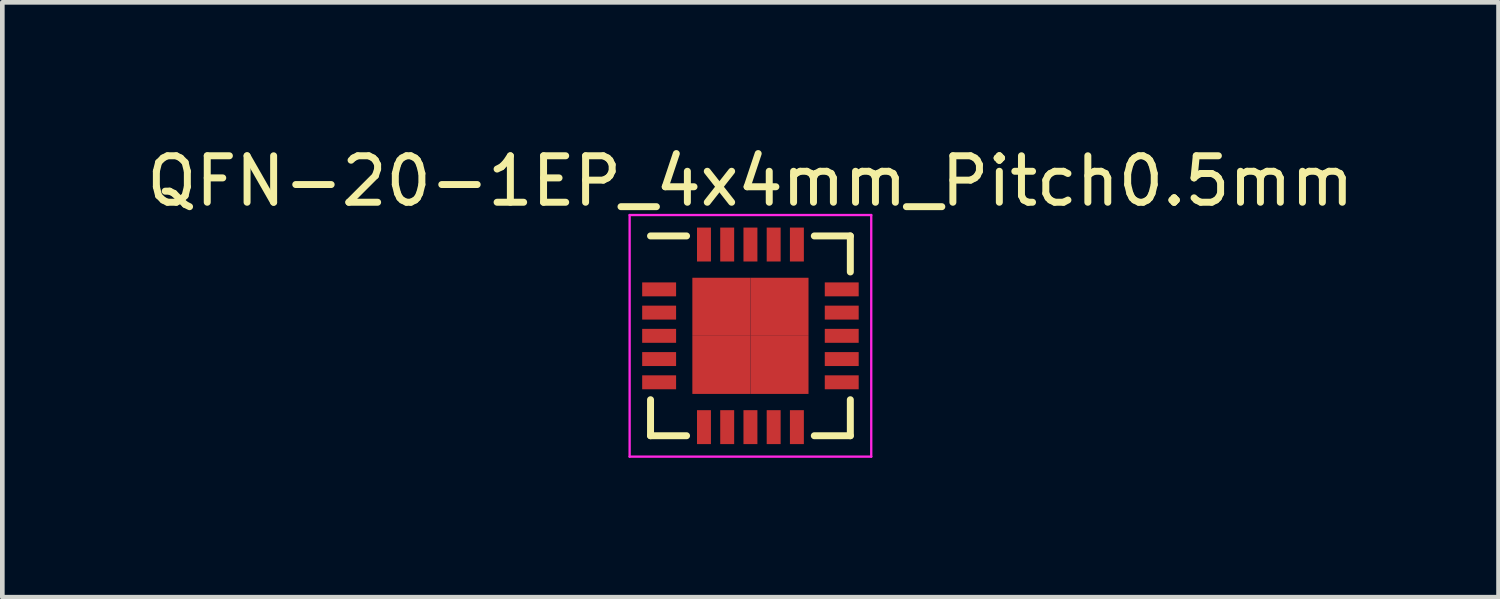
<source format=kicad_pcb>
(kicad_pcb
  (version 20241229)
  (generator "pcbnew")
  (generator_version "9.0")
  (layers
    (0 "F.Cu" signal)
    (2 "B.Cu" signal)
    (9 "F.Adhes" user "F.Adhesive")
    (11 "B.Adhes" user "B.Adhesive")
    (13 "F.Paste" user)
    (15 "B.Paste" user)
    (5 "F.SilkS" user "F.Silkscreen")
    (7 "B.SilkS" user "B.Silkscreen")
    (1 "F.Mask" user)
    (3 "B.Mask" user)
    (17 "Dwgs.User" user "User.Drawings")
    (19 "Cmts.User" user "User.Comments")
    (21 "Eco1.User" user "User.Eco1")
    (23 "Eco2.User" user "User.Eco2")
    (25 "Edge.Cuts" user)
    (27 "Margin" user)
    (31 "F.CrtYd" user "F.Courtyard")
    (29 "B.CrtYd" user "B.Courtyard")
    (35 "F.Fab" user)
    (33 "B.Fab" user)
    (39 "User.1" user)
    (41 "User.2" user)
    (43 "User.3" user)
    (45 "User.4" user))
  (footprint "QFN-20-1EP_4x4mm_Pitch0.5mm"
    (layer "F.Cu")
    (at 13.101 4.178)
    (property "Reference" "QFN-20-1EP_4x4mm_Pitch0.5mm" (at 0 -3.33 0) (layer "F.SilkS") (effects (font (size 1 1) (thickness 0.15))))
    (attr smd)
    (fp_line (start -2.15 -2.15) (end -1.375 -2.15) (stroke (width 0.15) (type solid)) (layer "F.SilkS"))
    (fp_line (start -2.15 2.15) (end -2.15 1.375) (stroke (width 0.15) (type solid)) (layer "F.SilkS"))
    (fp_line (start -2.15 2.15) (end -1.375 2.15) (stroke (width 0.15) (type solid)) (layer "F.SilkS"))
    (fp_line (start 2.15 -2.15) (end 1.375 -2.15) (stroke (width 0.15) (type solid)) (layer "F.SilkS"))
    (fp_line (start 2.15 -2.15) (end 2.15 -1.375) (stroke (width 0.15) (type solid)) (layer "F.SilkS"))
    (fp_line (start 2.15 2.15) (end 1.375 2.15) (stroke (width 0.15) (type solid)) (layer "F.SilkS"))
    (fp_line (start 2.15 2.15) (end 2.15 1.375) (stroke (width 0.15) (type solid)) (layer "F.SilkS"))
    (fp_line (start -2.6 -2.6) (end -2.6 2.6) (stroke (width 0.05) (type solid)) (layer "F.CrtYd"))
    (fp_line (start -2.6 -2.6) (end 2.6 -2.6) (stroke (width 0.05) (type solid)) (layer "F.CrtYd"))
    (fp_line (start -2.6 2.6) (end 2.6 2.6) (stroke (width 0.05) (type solid)) (layer "F.CrtYd"))
    (fp_line (start 2.6 -2.6) (end 2.6 2.6) (stroke (width 0.05) (type solid)) (layer "F.CrtYd"))
    (pad "1" smd rect (at -1.965 -1) (size 0.73 0.3) (layers "F.Cu" "F.Mask" "F.Paste"))
    (pad "2" smd rect (at -1.965 -0.5) (size 0.73 0.3) (layers "F.Cu" "F.Mask" "F.Paste"))
    (pad "3" smd rect (at -1.965 0) (size 0.73 0.3) (layers "F.Cu" "F.Mask" "F.Paste"))
    (pad "4" smd rect (at -1.965 0.5) (size 0.73 0.3) (layers "F.Cu" "F.Mask" "F.Paste"))
    (pad "5" smd rect (at -1.965 1) (size 0.73 0.3) (layers "F.Cu" "F.Mask" "F.Paste"))
    (pad "6" smd rect (at -1 1.965 90) (size 0.73 0.3) (layers "F.Cu" "F.Mask" "F.Paste"))
    (pad "7" smd rect (at -0.5 1.965 90) (size 0.73 0.3) (layers "F.Cu" "F.Mask" "F.Paste"))
    (pad "8" smd rect (at 0 1.965 90) (size 0.73 0.3) (layers "F.Cu" "F.Mask" "F.Paste"))
    (pad "9" smd rect (at 0.5 1.965 90) (size 0.73 0.3) (layers "F.Cu" "F.Mask" "F.Paste"))
    (pad "10" smd rect (at 1 1.965 90) (size 0.73 0.3) (layers "F.Cu" "F.Mask" "F.Paste"))
    (pad "11" smd rect (at 1.965 1) (size 0.73 0.3) (layers "F.Cu" "F.Mask" "F.Paste"))
    (pad "12" smd rect (at 1.965 0.5) (size 0.73 0.3) (layers "F.Cu" "F.Mask" "F.Paste"))
    (pad "13" smd rect (at 1.965 0) (size 0.73 0.3) (layers "F.Cu" "F.Mask" "F.Paste"))
    (pad "14" smd rect (at 1.965 -0.5) (size 0.73 0.3) (layers "F.Cu" "F.Mask" "F.Paste"))
    (pad "15" smd rect (at 1.965 -1) (size 0.73 0.3) (layers "F.Cu" "F.Mask" "F.Paste"))
    (pad "16" smd rect (at 1 -1.965 90) (size 0.73 0.3) (layers "F.Cu" "F.Mask" "F.Paste"))
    (pad "17" smd rect (at 0.5 -1.965 90) (size 0.73 0.3) (layers "F.Cu" "F.Mask" "F.Paste"))
    (pad "18" smd rect (at 0 -1.965 90) (size 0.73 0.3) (layers "F.Cu" "F.Mask" "F.Paste"))
    (pad "19" smd rect (at -0.5 -1.965 90) (size 0.73 0.3) (layers "F.Cu" "F.Mask" "F.Paste"))
    (pad "20" smd rect (at -1 -1.965 90) (size 0.73 0.3) (layers "F.Cu" "F.Mask" "F.Paste"))
    (pad "21" smd rect (at -0.625 -0.625) (size 1.25 1.25) (layers "F.Cu" "F.Mask" "F.Paste"))
    (pad "21" smd rect (at -0.625 0.625) (size 1.25 1.25) (layers "F.Cu" "F.Mask" "F.Paste"))
    (pad "21" smd rect (at 0.625 -0.625) (size 1.25 1.25) (layers "F.Cu" "F.Mask" "F.Paste"))
    (pad "21" smd rect (at 0.625 0.625) (size 1.25 1.25) (layers "F.Cu" "F.Mask" "F.Paste")))
  (gr_rect
    (start -3 -3)
    (end 29.202 9.803)
    (stroke (width 0.1) (type default))
    (fill no)
    (layer "Edge.Cuts")))
</source>
